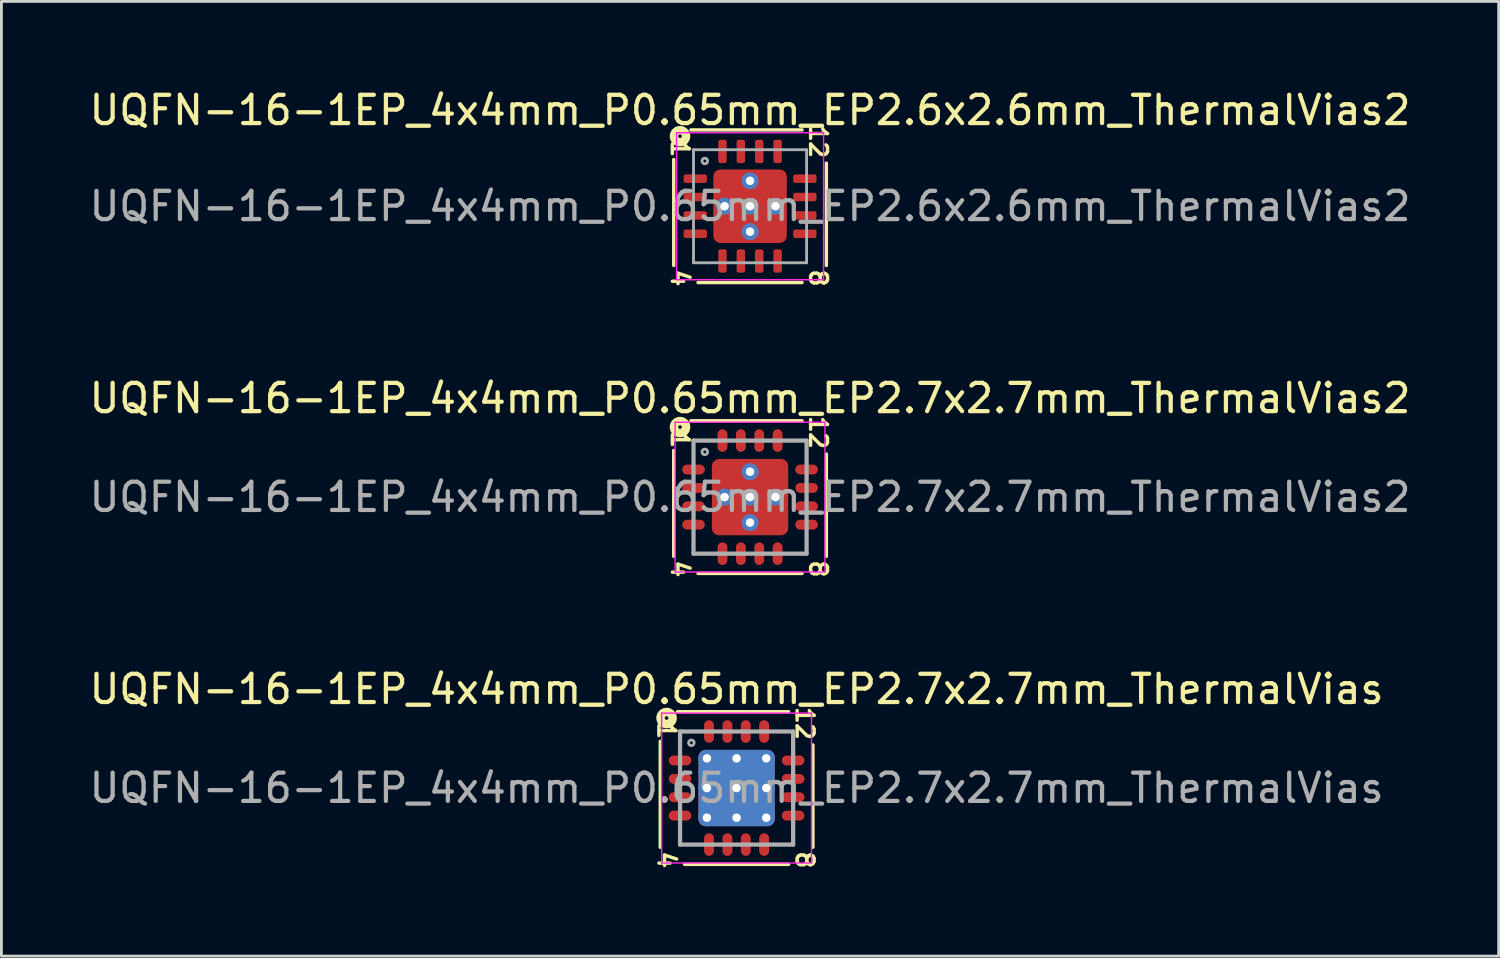
<source format=kicad_pcb>
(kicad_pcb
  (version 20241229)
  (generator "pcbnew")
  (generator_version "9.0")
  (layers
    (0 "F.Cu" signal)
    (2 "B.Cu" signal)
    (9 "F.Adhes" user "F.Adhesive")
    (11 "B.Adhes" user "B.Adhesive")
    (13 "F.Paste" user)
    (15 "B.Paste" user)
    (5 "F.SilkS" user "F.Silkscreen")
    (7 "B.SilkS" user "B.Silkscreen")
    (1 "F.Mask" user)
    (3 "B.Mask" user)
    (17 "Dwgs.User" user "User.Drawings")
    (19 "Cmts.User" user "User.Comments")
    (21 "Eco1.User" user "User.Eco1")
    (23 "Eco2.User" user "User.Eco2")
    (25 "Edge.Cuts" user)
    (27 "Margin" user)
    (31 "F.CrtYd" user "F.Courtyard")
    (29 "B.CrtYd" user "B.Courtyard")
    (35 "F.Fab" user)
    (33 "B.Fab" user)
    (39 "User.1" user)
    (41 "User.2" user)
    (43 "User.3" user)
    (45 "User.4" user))
  (footprint "UQFN-16-1EP_4x4mm_P0.65mm_EP2.6x2.6mm_ThermalVias2"
    (layer "F.Cu")
    (at 23.482 4.245)
    (property "Reference" "UQFN-16-1EP_4x4mm_P0.65mm_EP2.6x2.6mm_ThermalVias2" (at 0 -3.397 0) (layer "F.SilkS") (effects (font (size 1 1) (thickness 0.15))))
    (attr smd)
    (fp_line (start -2.7 -1.651) (end -2.7 2.095) (stroke (width 0.12) (type solid)) (layer "F.SilkS"))
    (fp_line (start -1.841 2.7) (end 1.841 2.7) (stroke (width 0.12) (type solid)) (layer "F.SilkS"))
    (fp_line (start 1.841 -2.7) (end -2.095 -2.7) (stroke (width 0.12) (type solid)) (layer "F.SilkS"))
    (fp_line (start 2.7 2.095) (end 2.7 -1.524) (stroke (width 0.12) (type solid)) (layer "F.SilkS"))
    (fp_circle (center -2.477 -2.477) (end -2.413 -2.477) (stroke (width 0.3) (type solid)) (fill no) (layer "F.SilkS"))
    (fp_line (start -2.6 -2.6) (end -2.6 2.6) (stroke (width 0.05) (type solid)) (layer "F.CrtYd"))
    (fp_line (start -2.6 2.6) (end 2.6 2.6) (stroke (width 0.05) (type solid)) (layer "F.CrtYd"))
    (fp_line (start 2.6 -2.6) (end -2.6 -2.6) (stroke (width 0.05) (type solid)) (layer "F.CrtYd"))
    (fp_line (start 2.6 2.6) (end 2.6 -2.6) (stroke (width 0.05) (type solid)) (layer "F.CrtYd"))
    (fp_line (start -2 -2) (end 2 -2) (stroke (width 0.1) (type solid)) (layer "F.Fab"))
    (fp_line (start -2 2) (end -2 -2) (stroke (width 0.1) (type solid)) (layer "F.Fab"))
    (fp_line (start 2 -2) (end 2 2) (stroke (width 0.1) (type solid)) (layer "F.Fab"))
    (fp_line (start 2 2) (end -2 2) (stroke (width 0.1) (type solid)) (layer "F.Fab"))
    (fp_circle (center -1.6 -1.6) (end -1.5 -1.6) (stroke (width 0.1) (type solid)) (fill no) (layer "F.Fab"))
    (fp_text user "8" (at 2.413 2.54 270) (unlocked yes) (layer "F.SilkS") (effects (font (size 0.6 0.6) (thickness 0.12))))
    (fp_text user "1" (at -2.477 -2.032 270) (unlocked yes) (layer "F.SilkS") (effects (font (size 0.6 0.6) (thickness 0.12))))
    (fp_text user "12" (at 2.413 -2.286 270) (unlocked yes) (layer "F.SilkS") (effects (font (size 0.6 0.6) (thickness 0.12))))
    (fp_text user "4" (at -2.477 2.54 270) (unlocked yes) (layer "F.SilkS") (effects (font (size 0.6 0.6) (thickness 0.12))))
    (fp_text user "${REFERENCE}" (at 0 0 0) (layer "F.Fab") (effects (font (size 1 1) (thickness 0.15))))
    (pad "" smd roundrect (at -0.75 -0.75) (size 0.65 0.65) (layers "F.Paste") (roundrect_rratio 0.221))
    (pad "" smd roundrect (at -0.75 -0.75 270) (size 0.9 0.9) (layers "F.Mask") (roundrect_rratio 0.25))
    (pad "" smd roundrect (at -0.75 0.75) (size 0.65 0.65) (layers "F.Paste") (roundrect_rratio 0.221))
    (pad "" smd roundrect (at -0.75 0.75 270) (size 0.9 0.9) (layers "F.Mask") (roundrect_rratio 0.25))
    (pad "" smd roundrect (at 0.75 -0.75) (size 0.65 0.65) (layers "F.Paste") (roundrect_rratio 0.221))
    (pad "" smd roundrect (at 0.75 -0.75 270) (size 0.9 0.9) (layers "F.Mask") (roundrect_rratio 0.25))
    (pad "" smd roundrect (at 0.75 0.75) (size 0.65 0.65) (layers "F.Paste") (roundrect_rratio 0.221))
    (pad "" smd roundrect (at 0.75 0.75 270) (size 0.9 0.9) (layers "F.Mask") (roundrect_rratio 0.25))
    (pad "1" smd roundrect (at -1.938 -0.975) (size 0.825 0.3) (layers "F.Cu" "F.Mask" "F.Paste") (roundrect_rratio 0.25))
    (pad "2" smd roundrect (at -1.938 -0.325) (size 0.825 0.3) (layers "F.Cu" "F.Mask" "F.Paste") (roundrect_rratio 0.25))
    (pad "3" smd roundrect (at -1.938 0.325) (size 0.825 0.3) (layers "F.Cu" "F.Mask" "F.Paste") (roundrect_rratio 0.25))
    (pad "4" smd roundrect (at -1.938 0.975) (size 0.825 0.3) (layers "F.Cu" "F.Mask" "F.Paste") (roundrect_rratio 0.25))
    (pad "5" smd roundrect (at -0.975 1.938) (size 0.3 0.825) (layers "F.Cu" "F.Mask" "F.Paste") (roundrect_rratio 0.25))
    (pad "6" smd roundrect (at -0.325 1.938) (size 0.3 0.825) (layers "F.Cu" "F.Mask" "F.Paste") (roundrect_rratio 0.25))
    (pad "7" smd roundrect (at 0.325 1.938) (size 0.3 0.825) (layers "F.Cu" "F.Mask" "F.Paste") (roundrect_rratio 0.25))
    (pad "8" smd roundrect (at 0.975 1.938) (size 0.3 0.825) (layers "F.Cu" "F.Mask" "F.Paste") (roundrect_rratio 0.25))
    (pad "9" smd roundrect (at 1.938 0.975) (size 0.825 0.3) (layers "F.Cu" "F.Mask" "F.Paste") (roundrect_rratio 0.25))
    (pad "10" smd roundrect (at 1.938 0.325) (size 0.825 0.3) (layers "F.Cu" "F.Mask" "F.Paste") (roundrect_rratio 0.25))
    (pad "11" smd roundrect (at 1.938 -0.325) (size 0.825 0.3) (layers "F.Cu" "F.Mask" "F.Paste") (roundrect_rratio 0.25))
    (pad "12" smd roundrect (at 1.938 -0.975) (size 0.825 0.3) (layers "F.Cu" "F.Mask" "F.Paste") (roundrect_rratio 0.25))
    (pad "13" smd roundrect (at 0.975 -1.938) (size 0.3 0.825) (layers "F.Cu" "F.Mask" "F.Paste") (roundrect_rratio 0.25))
    (pad "14" smd roundrect (at 0.325 -1.938) (size 0.3 0.825) (layers "F.Cu" "F.Mask" "F.Paste") (roundrect_rratio 0.25))
    (pad "15" smd roundrect (at -0.325 -1.938) (size 0.3 0.825) (layers "F.Cu" "F.Mask" "F.Paste") (roundrect_rratio 0.25))
    (pad "16" smd roundrect (at -0.975 -1.938) (size 0.3 0.825) (layers "F.Cu" "F.Mask" "F.Paste") (roundrect_rratio 0.25))
    (pad "17" thru_hole circle (at -0.9 0 180) (size 0.6 0.6) (drill 0.3) (property pad_prop_heatsink) (layers "*.Cu" "*.Mask"))
    (pad "17" thru_hole circle (at 0 -0.9 180) (size 0.6 0.6) (drill 0.3) (property pad_prop_heatsink) (layers "*.Cu" "*.Mask"))
    (pad "17" thru_hole circle (at 0 0 180) (size 0.6 0.6) (drill 0.3) (property pad_prop_heatsink) (layers "*.Cu" "*.Mask"))
    (pad "17" smd roundrect (at 0 0) (size 2.6 2.6) (layers "F.Cu") (roundrect_rratio 0.096))
    (pad "17" thru_hole circle (at 0 0.9 180) (size 0.6 0.6) (drill 0.3) (property pad_prop_heatsink) (layers "*.Cu" "*.Mask"))
    (pad "17" thru_hole circle (at 0.9 0 180) (size 0.6 0.6) (drill 0.3) (property pad_prop_heatsink) (layers "*.Cu" "*.Mask")))
  (footprint "UQFN-16-1EP_4x4mm_P0.65mm_EP2.7x2.7mm_ThermalVias2"
    (layer "F.Cu")
    (at 23.482 14.535)
    (property "Reference" "UQFN-16-1EP_4x4mm_P0.65mm_EP2.7x2.7mm_ThermalVias2" (at 0 -3.497 0) (layer "F.SilkS") (effects (font (size 1 1) (thickness 0.15))))
    (attr smd)
    (fp_line (start -2.7 -1.651) (end -2.7 2.095) (stroke (width 0.12) (type solid)) (layer "F.SilkS"))
    (fp_line (start -1.841 2.7) (end 1.841 2.7) (stroke (width 0.12) (type solid)) (layer "F.SilkS"))
    (fp_line (start 1.841 -2.7) (end -2.095 -2.7) (stroke (width 0.12) (type solid)) (layer "F.SilkS"))
    (fp_line (start 2.7 2.095) (end 2.7 -1.524) (stroke (width 0.12) (type solid)) (layer "F.SilkS"))
    (fp_circle (center -2.477 -2.477) (end -2.413 -2.477) (stroke (width 0.3) (type solid)) (fill no) (layer "F.SilkS"))
    (fp_line (start -2.65 -2.65) (end -2.65 2.65) (stroke (width 0.05) (type solid)) (layer "F.CrtYd"))
    (fp_line (start -2.65 -2.65) (end 2.65 -2.65) (stroke (width 0.05) (type solid)) (layer "F.CrtYd"))
    (fp_line (start -2.65 2.65) (end 2.65 2.65) (stroke (width 0.05) (type solid)) (layer "F.CrtYd"))
    (fp_line (start 2.65 -2.65) (end 2.65 2.65) (stroke (width 0.05) (type solid)) (layer "F.CrtYd"))
    (fp_line (start -2 -2) (end 2 -2) (stroke (width 0.15) (type solid)) (layer "F.Fab"))
    (fp_line (start -2 2) (end -2 -2) (stroke (width 0.15) (type solid)) (layer "F.Fab"))
    (fp_line (start 2 -2) (end 2 2) (stroke (width 0.15) (type solid)) (layer "F.Fab"))
    (fp_line (start 2 2) (end -2 2) (stroke (width 0.15) (type solid)) (layer "F.Fab"))
    (fp_circle (center -1.6 -1.6) (end -1.5 -1.6) (stroke (width 0.1) (type solid)) (fill no) (layer "F.Fab"))
    (fp_text user "1" (at -2.477 -2.032 270) (unlocked yes) (layer "F.SilkS") (effects (font (size 0.6 0.6) (thickness 0.12))))
    (fp_text user "4" (at -2.477 2.54 270) (unlocked yes) (layer "F.SilkS") (effects (font (size 0.6 0.6) (thickness 0.12))))
    (fp_text user "8" (at 2.413 2.54 270) (unlocked yes) (layer "F.SilkS") (effects (font (size 0.6 0.6) (thickness 0.12))))
    (fp_text user "12" (at 2.413 -2.286 270) (unlocked yes) (layer "F.SilkS") (effects (font (size 0.6 0.6) (thickness 0.12))))
    (fp_text user "${REFERENCE}" (at 0 0 0) (layer "F.Fab") (effects (font (size 1 1) (thickness 0.15))))
    (pad "" smd roundrect (at -0.775 -0.775) (size 0.65 0.65) (layers "F.Paste") (roundrect_rratio 0.25))
    (pad "" smd roundrect (at -0.775 -0.775 270) (size 0.95 0.95) (layers "F.Mask") (roundrect_rratio 0.25))
    (pad "" smd roundrect (at -0.775 0.775) (size 0.65 0.65) (layers "F.Paste") (roundrect_rratio 0.25))
    (pad "" smd roundrect (at -0.775 0.775 270) (size 0.95 0.95) (layers "F.Mask") (roundrect_rratio 0.25))
    (pad "" smd roundrect (at 0.775 -0.775) (size 0.65 0.65) (layers "F.Paste") (roundrect_rratio 0.25))
    (pad "" smd roundrect (at 0.775 -0.775 270) (size 0.95 0.95) (layers "F.Mask") (roundrect_rratio 0.25))
    (pad "" smd roundrect (at 0.775 0.775) (size 0.65 0.65) (layers "F.Paste") (roundrect_rratio 0.25))
    (pad "" smd roundrect (at 0.775 0.775 270) (size 0.95 0.95) (layers "F.Mask") (roundrect_rratio 0.25))
    (pad "1" smd oval (at -2 -0.975) (size 0.8 0.35) (layers "F.Cu" "F.Mask" "F.Paste"))
    (pad "2" smd oval (at -2 -0.325) (size 0.8 0.35) (layers "F.Cu" "F.Mask" "F.Paste"))
    (pad "3" smd oval (at -2 0.325) (size 0.8 0.35) (layers "F.Cu" "F.Mask" "F.Paste"))
    (pad "4" smd oval (at -2 0.975) (size 0.8 0.35) (layers "F.Cu" "F.Mask" "F.Paste"))
    (pad "5" smd oval (at -0.975 2 90) (size 0.8 0.35) (layers "F.Cu" "F.Mask" "F.Paste"))
    (pad "6" smd oval (at -0.325 2 90) (size 0.8 0.35) (layers "F.Cu" "F.Mask" "F.Paste"))
    (pad "7" smd oval (at 0.325 2 90) (size 0.8 0.35) (layers "F.Cu" "F.Mask" "F.Paste"))
    (pad "8" smd oval (at 0.975 2 90) (size 0.8 0.35) (layers "F.Cu" "F.Mask" "F.Paste"))
    (pad "9" smd oval (at 2 0.975) (size 0.8 0.35) (layers "F.Cu" "F.Mask" "F.Paste"))
    (pad "10" smd oval (at 2 0.325) (size 0.8 0.35) (layers "F.Cu" "F.Mask" "F.Paste"))
    (pad "11" smd oval (at 2 -0.325) (size 0.8 0.35) (layers "F.Cu" "F.Mask" "F.Paste"))
    (pad "12" smd oval (at 2 -0.975) (size 0.8 0.35) (layers "F.Cu" "F.Mask" "F.Paste"))
    (pad "13" smd oval (at 0.975 -2 90) (size 0.8 0.35) (layers "F.Cu" "F.Mask" "F.Paste"))
    (pad "14" smd oval (at 0.325 -2 90) (size 0.8 0.35) (layers "F.Cu" "F.Mask" "F.Paste"))
    (pad "15" smd oval (at -0.325 -2 90) (size 0.8 0.35) (layers "F.Cu" "F.Mask" "F.Paste"))
    (pad "16" smd oval (at -0.975 -2 90) (size 0.8 0.35) (layers "F.Cu" "F.Mask" "F.Paste"))
    (pad "17" thru_hole circle (at -0.9 0 180) (size 0.6 0.6) (drill 0.3) (property pad_prop_heatsink) (layers "*.Cu" "*.Mask"))
    (pad "17" thru_hole circle (at 0 -0.9 180) (size 0.6 0.6) (drill 0.3) (property pad_prop_heatsink) (layers "*.Cu" "*.Mask"))
    (pad "17" thru_hole circle (at 0 0 180) (size 0.6 0.6) (drill 0.3) (property pad_prop_heatsink) (layers "*.Cu" "*.Mask"))
    (pad "17" smd roundrect (at 0 0) (size 2.7 2.7) (layers "F.Cu") (roundrect_rratio 0.093))
    (pad "17" thru_hole circle (at 0 0.9 180) (size 0.6 0.6) (drill 0.3) (property pad_prop_heatsink) (layers "*.Cu" "*.Mask"))
    (pad "17" thru_hole circle (at 0.9 0 180) (size 0.6 0.6) (drill 0.3) (property pad_prop_heatsink) (layers "*.Cu" "*.Mask")))
  (footprint "UQFN-16-1EP_4x4mm_P0.65mm_EP2.7x2.7mm_ThermalVias"
    (layer "F.Cu")
    (at 23.006 24.826)
    (property "Reference" "UQFN-16-1EP_4x4mm_P0.65mm_EP2.7x2.7mm_ThermalVias" (at 0 -3.497 0) (layer "F.SilkS") (effects (font (size 1 1) (thickness 0.15))))
    (attr smd)
    (fp_line (start -2.7 -1.651) (end -2.7 2.095) (stroke (width 0.12) (type solid)) (layer "F.SilkS"))
    (fp_line (start -1.841 2.7) (end 1.841 2.7) (stroke (width 0.12) (type solid)) (layer "F.SilkS"))
    (fp_line (start 1.841 -2.7) (end -2.095 -2.7) (stroke (width 0.12) (type solid)) (layer "F.SilkS"))
    (fp_line (start 2.7 2.095) (end 2.7 -1.524) (stroke (width 0.12) (type solid)) (layer "F.SilkS"))
    (fp_circle (center -2.477 -2.477) (end -2.413 -2.477) (stroke (width 0.3) (type solid)) (fill no) (layer "F.SilkS"))
    (fp_line (start -2.65 -2.65) (end -2.65 2.65) (stroke (width 0.05) (type solid)) (layer "F.CrtYd"))
    (fp_line (start -2.65 -2.65) (end 2.65 -2.65) (stroke (width 0.05) (type solid)) (layer "F.CrtYd"))
    (fp_line (start -2.65 2.65) (end 2.65 2.65) (stroke (width 0.05) (type solid)) (layer "F.CrtYd"))
    (fp_line (start 2.65 -2.65) (end 2.65 2.65) (stroke (width 0.05) (type solid)) (layer "F.CrtYd"))
    (fp_line (start -2 -2) (end 2 -2) (stroke (width 0.15) (type solid)) (layer "F.Fab"))
    (fp_line (start -2 2) (end -2 -2) (stroke (width 0.15) (type solid)) (layer "F.Fab"))
    (fp_line (start 2 -2) (end 2 2) (stroke (width 0.15) (type solid)) (layer "F.Fab"))
    (fp_line (start 2 2) (end -2 2) (stroke (width 0.15) (type solid)) (layer "F.Fab"))
    (fp_circle (center -1.6 -1.6) (end -1.5 -1.6) (stroke (width 0.1) (type solid)) (fill no) (layer "F.Fab"))
    (fp_text user "1" (at -2.477 -2.032 270) (unlocked yes) (layer "F.SilkS") (effects (font (size 0.6 0.6) (thickness 0.12))))
    (fp_text user "8" (at 2.413 2.54 270) (unlocked yes) (layer "F.SilkS") (effects (font (size 0.6 0.6) (thickness 0.12))))
    (fp_text user "4" (at -2.477 2.54 270) (unlocked yes) (layer "F.SilkS") (effects (font (size 0.6 0.6) (thickness 0.12))))
    (fp_text user "12" (at 2.413 -2.286 270) (unlocked yes) (layer "F.SilkS") (effects (font (size 0.6 0.6) (thickness 0.12))))
    (fp_text user "${REFERENCE}" (at 0 0 0) (layer "F.Fab") (effects (font (size 1 1) (thickness 0.15))))
    (pad "" smd roundrect (at -0.675 -0.675) (size 1.09 1.09) (layers "F.Paste") (roundrect_rratio 0.229))
    (pad "" smd roundrect (at -0.675 0.675) (size 1.09 1.09) (layers "F.Paste") (roundrect_rratio 0.229))
    (pad "" smd roundrect (at 0.675 -0.675) (size 1.09 1.09) (layers "F.Paste") (roundrect_rratio 0.229))
    (pad "" smd roundrect (at 0.675 0.675) (size 1.09 1.09) (layers "F.Paste") (roundrect_rratio 0.229))
    (pad "1" smd oval (at -2 -0.975) (size 0.8 0.35) (layers "F.Cu" "F.Mask" "F.Paste"))
    (pad "2" smd oval (at -2 -0.325) (size 0.8 0.35) (layers "F.Cu" "F.Mask" "F.Paste"))
    (pad "3" smd oval (at -2 0.325) (size 0.8 0.35) (layers "F.Cu" "F.Mask" "F.Paste"))
    (pad "4" smd oval (at -2 0.975) (size 0.8 0.35) (layers "F.Cu" "F.Mask" "F.Paste"))
    (pad "5" smd oval (at -0.975 2 90) (size 0.8 0.35) (layers "F.Cu" "F.Mask" "F.Paste"))
    (pad "6" smd oval (at -0.325 2 90) (size 0.8 0.35) (layers "F.Cu" "F.Mask" "F.Paste"))
    (pad "7" smd oval (at 0.325 2 90) (size 0.8 0.35) (layers "F.Cu" "F.Mask" "F.Paste"))
    (pad "8" smd oval (at 0.975 2 90) (size 0.8 0.35) (layers "F.Cu" "F.Mask" "F.Paste"))
    (pad "9" smd oval (at 2 0.975) (size 0.8 0.35) (layers "F.Cu" "F.Mask" "F.Paste"))
    (pad "10" smd oval (at 2 0.325) (size 0.8 0.35) (layers "F.Cu" "F.Mask" "F.Paste"))
    (pad "11" smd oval (at 2 -0.325) (size 0.8 0.35) (layers "F.Cu" "F.Mask" "F.Paste"))
    (pad "12" smd oval (at 2 -0.975) (size 0.8 0.35) (layers "F.Cu" "F.Mask" "F.Paste"))
    (pad "13" smd oval (at 0.975 -2 90) (size 0.8 0.35) (layers "F.Cu" "F.Mask" "F.Paste"))
    (pad "14" smd oval (at 0.325 -2 90) (size 0.8 0.35) (layers "F.Cu" "F.Mask" "F.Paste"))
    (pad "15" smd oval (at -0.325 -2 90) (size 0.8 0.35) (layers "F.Cu" "F.Mask" "F.Paste"))
    (pad "16" smd oval (at -0.975 -2 90) (size 0.8 0.35) (layers "F.Cu" "F.Mask" "F.Paste"))
    (pad "17" thru_hole circle (at -1.05 -1.05) (size 0.6 0.6) (drill 0.3) (property pad_prop_heatsink) (layers "*.Cu"))
    (pad "17" thru_hole circle (at -1.05 0) (size 0.6 0.6) (drill 0.3) (property pad_prop_heatsink) (layers "*.Cu"))
    (pad "17" thru_hole circle (at -1.05 1.05) (size 0.6 0.6) (drill 0.3) (property pad_prop_heatsink) (layers "*.Cu"))
    (pad "17" thru_hole circle (at 0 -1.05) (size 0.6 0.6) (drill 0.3) (property pad_prop_heatsink) (layers "*.Cu"))
    (pad "17" thru_hole circle (at 0 0) (size 0.6 0.6) (drill 0.3) (property pad_prop_heatsink) (layers "*.Cu"))
    (pad "17" smd roundrect (at 0 0) (size 2.7 2.7) (layers "F.Cu" "F.Mask") (roundrect_rratio 0.093))
    (pad "17" smd roundrect (at 0 0) (size 2.7 2.7) (layers "B.Cu" "B.Mask") (roundrect_rratio 0.093))
    (pad "17" thru_hole circle (at 0 1.05) (size 0.6 0.6) (drill 0.3) (property pad_prop_heatsink) (layers "*.Cu"))
    (pad "17" thru_hole circle (at 1.05 -1.05) (size 0.6 0.6) (drill 0.3) (property pad_prop_heatsink) (layers "*.Cu"))
    (pad "17" thru_hole circle (at 1.05 0) (size 0.6 0.6) (drill 0.3) (property pad_prop_heatsink) (layers "*.Cu"))
    (pad "17" thru_hole circle (at 1.05 1.05) (size 0.6 0.6) (drill 0.3) (property pad_prop_heatsink) (layers "*.Cu")))
  (gr_rect
    (start -3 -3)
    (end 49.964 30.771)
    (stroke (width 0.1) (type default))
    (fill no)
    (layer "Edge.Cuts")))
</source>
